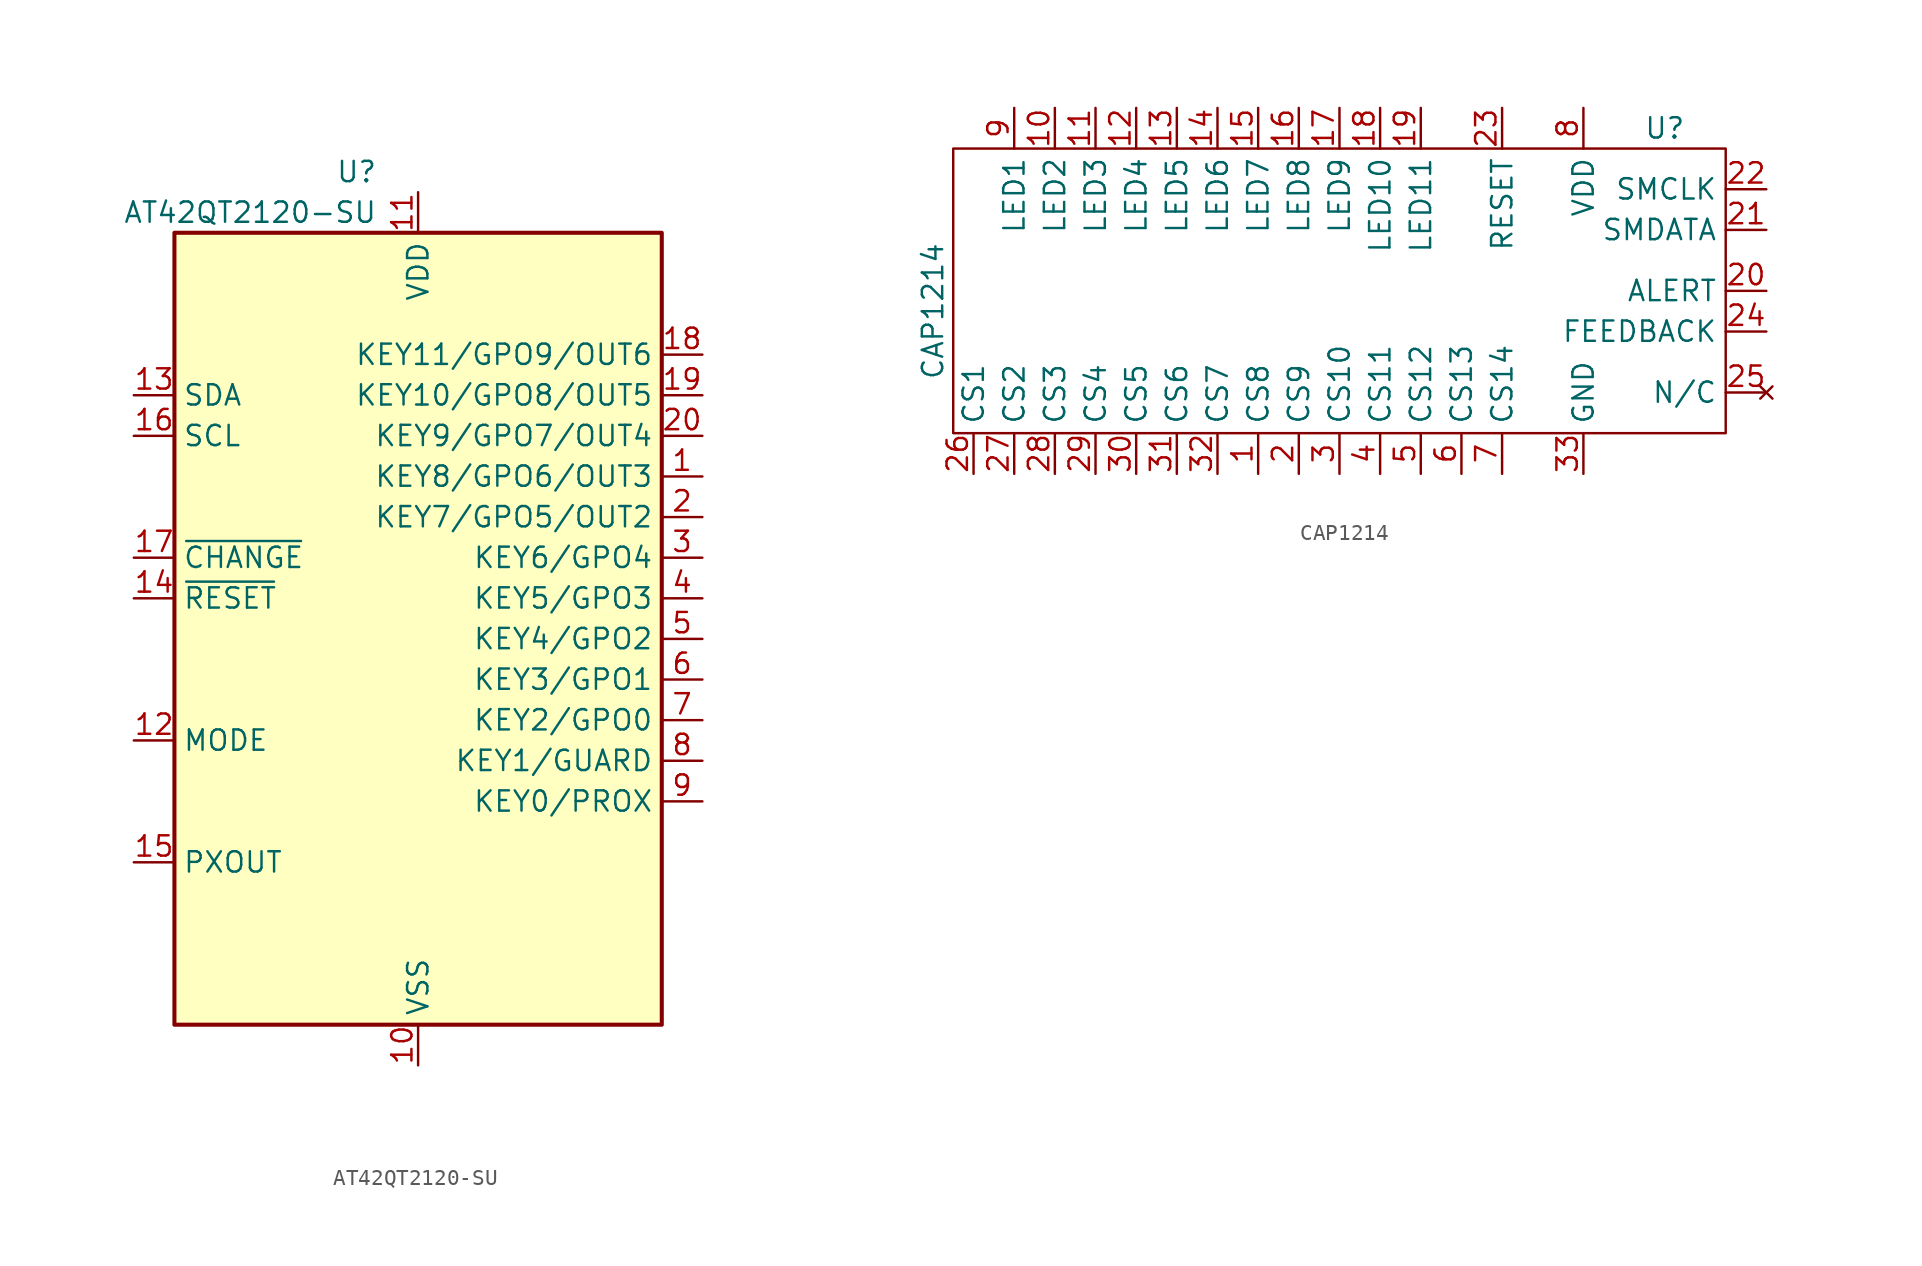
<source format=kicad_sym>
(kicad_symbol_lib
  (version 20220914)
  (generator kicad_symbol_editor)
  (symbol "AT42QT2120-SU"
    (property "Reference" "U"
      (at -2.54 39.37 0)
      (effects (font (size 1.27 1.27)) (justify right)))
    (property "Value" "AT42QT2120-SU"
      (at -2.54 36.83 0)
      (effects (font (size 1.27 1.27)) (justify right)))
    (symbol "AT42QT2120-SU_0_1"
      (rectangle (start -15.24 35.56) (end 15.24 -13.97) (stroke (width 0.254) (type default)) (fill (type background))))
    (symbol "AT42QT2120-SU_1_1"
      (pin passive line (at 17.78 20.32 180) (length 2.54) (name "KEY8/GPO6/OUT3" (effects (font (size 1.27 1.27)))) (number "1" (effects (font (size 1.27 1.27)))))
      (pin passive line (at 0 -16.51 90) (length 2.54) hide (name "VSS" (effects (font (size 1.27 1.27)))) (number "10" (effects (font (size 1.27 1.27)))))
      (pin power_in line (at 0 -16.51 90) (length 2.54) (name "VSS" (effects (font (size 1.27 1.27)))) (number "10" (effects (font (size 1.27 1.27)))))
      (pin power_in line (at 0 38.1 270) (length 2.54) (name "VDD" (effects (font (size 1.27 1.27)))) (number "11" (effects (font (size 1.27 1.27)))))
      (pin input line (at -17.78 3.81 0) (length 2.54) (name "MODE" (effects (font (size 1.27 1.27)))) (number "12" (effects (font (size 1.27 1.27)))))
      (pin bidirectional line (at -17.78 25.4 0) (length 2.54) (name "SDA" (effects (font (size 1.27 1.27)))) (number "13" (effects (font (size 1.27 1.27)))))
      (pin input line (at -17.78 12.7 0) (length 2.54) (name "~{RESET}" (effects (font (size 1.27 1.27)))) (number "14" (effects (font (size 1.27 1.27)))))
      (pin output line (at -17.78 -3.81 0) (length 2.54) (name "PXOUT" (effects (font (size 1.27 1.27)))) (number "15" (effects (font (size 1.27 1.27)))))
      (pin input line (at -17.78 22.86 0) (length 2.54) (name "SCL" (effects (font (size 1.27 1.27)))) (number "16" (effects (font (size 1.27 1.27)))))
      (pin open_collector line (at -17.78 15.24 0) (length 2.54) (name "~{CHANGE}" (effects (font (size 1.27 1.27)))) (number "17" (effects (font (size 1.27 1.27)))))
      (pin passive line (at 17.78 27.94 180) (length 2.54) (name "KEY11/GPO9/OUT6" (effects (font (size 1.27 1.27)))) (number "18" (effects (font (size 1.27 1.27)))))
      (pin passive line (at 0 38.1 270) (length 2.54) hide (name "VDD" (effects (font (size 1.27 1.27)))) (number "18" (effects (font (size 1.27 1.27)))))
      (pin passive line (at 17.78 25.4 180) (length 2.54) (name "KEY10/GPO8/OUT5" (effects (font (size 1.27 1.27)))) (number "19" (effects (font (size 1.27 1.27)))))
      (pin passive line (at 17.78 17.78 180) (length 2.54) (name "KEY7/GPO5/OUT2" (effects (font (size 1.27 1.27)))) (number "2" (effects (font (size 1.27 1.27)))))
      (pin passive line (at 17.78 22.86 180) (length 2.54) (name "KEY9/GPO7/OUT4" (effects (font (size 1.27 1.27)))) (number "20" (effects (font (size 1.27 1.27)))))
      (pin passive line (at 17.78 15.24 180) (length 2.54) (name "KEY6/GPO4" (effects (font (size 1.27 1.27)))) (number "3" (effects (font (size 1.27 1.27)))))
      (pin passive line (at 0 -16.51 90) (length 2.54) hide (name "VSS" (effects (font (size 1.27 1.27)))) (number "33" (effects (font (size 1.27 1.27)))))
      (pin passive line (at 17.78 12.7 180) (length 2.54) (name "KEY5/GPO3" (effects (font (size 1.27 1.27)))) (number "4" (effects (font (size 1.27 1.27)))))
      (pin passive line (at 17.78 10.16 180) (length 2.54) (name "KEY4/GPO2" (effects (font (size 1.27 1.27)))) (number "5" (effects (font (size 1.27 1.27)))))
      (pin passive line (at 17.78 7.62 180) (length 2.54) (name "KEY3/GPO1" (effects (font (size 1.27 1.27)))) (number "6" (effects (font (size 1.27 1.27)))))
      (pin passive line (at 17.78 5.08 180) (length 2.54) (name "KEY2/GPO0" (effects (font (size 1.27 1.27)))) (number "7" (effects (font (size 1.27 1.27)))))
      (pin passive line (at 17.78 2.54 180) (length 2.54) (name "KEY1/GUARD" (effects (font (size 1.27 1.27)))) (number "8" (effects (font (size 1.27 1.27)))))
      (pin passive line (at 17.78 0 180) (length 2.54) (name "KEY0/PROX" (effects (font (size 1.27 1.27)))) (number "9" (effects (font (size 1.27 1.27)))))))
  (symbol "CAP1214"
    (property "Reference" "U"
      (at 26.67 15.24 0)
      (effects (font (size 1.27 1.27))))
    (property "Value" "CAP1214"
      (at -19.05 3.81 90)
      (effects (font (size 1.27 1.27))))
    (symbol "CAP1214_0_1"
      (rectangle (start -17.78 13.97) (end 30.48 -3.81) (stroke (width 0.152) (type default)) (fill (type none))))
    (symbol "CAP1214_1_1"
      (pin bidirectional line (at 1.27 -6.35 90) (length 2.54) (name "CS8" (effects (font (size 1.27 1.27)))) (number "1" (effects (font (size 1.27 1.27)))))
      (pin open_collector line (at -11.43 16.51 270) (length 2.54) (name "LED2" (effects (font (size 1.27 1.27)))) (number "10" (effects (font (size 1.27 1.27)))))
      (pin open_collector line (at -8.89 16.51 270) (length 2.54) (name "LED3" (effects (font (size 1.27 1.27)))) (number "11" (effects (font (size 1.27 1.27)))))
      (pin open_collector line (at -6.35 16.51 270) (length 2.54) (name "LED4" (effects (font (size 1.27 1.27)))) (number "12" (effects (font (size 1.27 1.27)))))
      (pin open_collector line (at -3.81 16.51 270) (length 2.54) (name "LED5" (effects (font (size 1.27 1.27)))) (number "13" (effects (font (size 1.27 1.27)))))
      (pin open_collector line (at -1.27 16.51 270) (length 2.54) (name "LED6" (effects (font (size 1.27 1.27)))) (number "14" (effects (font (size 1.27 1.27)))))
      (pin open_collector line (at 1.27 16.51 270) (length 2.54) (name "LED7" (effects (font (size 1.27 1.27)))) (number "15" (effects (font (size 1.27 1.27)))))
      (pin open_collector line (at 3.81 16.51 270) (length 2.54) (name "LED8" (effects (font (size 1.27 1.27)))) (number "16" (effects (font (size 1.27 1.27)))))
      (pin open_collector line (at 6.35 16.51 270) (length 2.54) (name "LED9" (effects (font (size 1.27 1.27)))) (number "17" (effects (font (size 1.27 1.27)))))
      (pin open_collector line (at 8.89 16.51 270) (length 2.54) (name "LED10" (effects (font (size 1.27 1.27)))) (number "18" (effects (font (size 1.27 1.27)))))
      (pin open_collector line (at 11.43 16.51 270) (length 2.54) (name "LED11" (effects (font (size 1.27 1.27)))) (number "19" (effects (font (size 1.27 1.27)))))
      (pin bidirectional line (at 3.81 -6.35 90) (length 2.54) (name "CS9" (effects (font (size 1.27 1.27)))) (number "2" (effects (font (size 1.27 1.27)))))
      (pin bidirectional line (at 33.02 5.08 180) (length 2.54) (name "ALERT" (effects (font (size 1.27 1.27)))) (number "20" (effects (font (size 1.27 1.27)))))
      (pin bidirectional line (at 33.02 8.89 180) (length 2.54) (name "SMDATA" (effects (font (size 1.27 1.27)))) (number "21" (effects (font (size 1.27 1.27)))))
      (pin input line (at 33.02 11.43 180) (length 2.54) (name "SMCLK" (effects (font (size 1.27 1.27)))) (number "22" (effects (font (size 1.27 1.27)))))
      (pin input line (at 16.51 16.51 270) (length 2.54) (name "RESET" (effects (font (size 1.27 1.27)))) (number "23" (effects (font (size 1.27 1.27)))))
      (pin output line (at 33.02 2.54 180) (length 2.54) (name "FEEDBACK" (effects (font (size 1.27 1.27)))) (number "24" (effects (font (size 1.27 1.27)))))
      (pin no_connect line (at 33.02 -1.27 180) (length 2.54) (name "N/C" (effects (font (size 1.27 1.27)))) (number "25" (effects (font (size 1.27 1.27)))))
      (pin bidirectional line (at -16.51 -6.35 90) (length 2.54) (name "CS1" (effects (font (size 1.27 1.27)))) (number "26" (effects (font (size 1.27 1.27)))))
      (pin bidirectional line (at -13.97 -6.35 90) (length 2.54) (name "CS2" (effects (font (size 1.27 1.27)))) (number "27" (effects (font (size 1.27 1.27)))))
      (pin bidirectional line (at -11.43 -6.35 90) (length 2.54) (name "CS3" (effects (font (size 1.27 1.27)))) (number "28" (effects (font (size 1.27 1.27)))))
      (pin bidirectional line (at -8.89 -6.35 90) (length 2.54) (name "CS4" (effects (font (size 1.27 1.27)))) (number "29" (effects (font (size 1.27 1.27)))))
      (pin bidirectional line (at 6.35 -6.35 90) (length 2.54) (name "CS10" (effects (font (size 1.27 1.27)))) (number "3" (effects (font (size 1.27 1.27)))))
      (pin bidirectional line (at -6.35 -6.35 90) (length 2.54) (name "CS5" (effects (font (size 1.27 1.27)))) (number "30" (effects (font (size 1.27 1.27)))))
      (pin bidirectional line (at -3.81 -6.35 90) (length 2.54) (name "CS6" (effects (font (size 1.27 1.27)))) (number "31" (effects (font (size 1.27 1.27)))))
      (pin bidirectional line (at -1.27 -6.35 90) (length 2.54) (name "CS7" (effects (font (size 1.27 1.27)))) (number "32" (effects (font (size 1.27 1.27)))))
      (pin power_in line (at 21.59 -6.35 90) (length 2.54) (name "GND" (effects (font (size 1.27 1.27)))) (number "33" (effects (font (size 1.27 1.27)))))
      (pin bidirectional line (at 8.89 -6.35 90) (length 2.54) (name "CS11" (effects (font (size 1.27 1.27)))) (number "4" (effects (font (size 1.27 1.27)))))
      (pin bidirectional line (at 11.43 -6.35 90) (length 2.54) (name "CS12" (effects (font (size 1.27 1.27)))) (number "5" (effects (font (size 1.27 1.27)))))
      (pin bidirectional line (at 13.97 -6.35 90) (length 2.54) (name "CS13" (effects (font (size 1.27 1.27)))) (number "6" (effects (font (size 1.27 1.27)))))
      (pin bidirectional line (at 16.51 -6.35 90) (length 2.54) (name "CS14" (effects (font (size 1.27 1.27)))) (number "7" (effects (font (size 1.27 1.27)))))
      (pin power_in line (at 21.59 16.51 270) (length 2.54) (name "VDD" (effects (font (size 1.27 1.27)))) (number "8" (effects (font (size 1.27 1.27)))))
      (pin open_collector line (at -13.97 16.51 270) (length 2.54) (name "LED1" (effects (font (size 1.27 1.27)))) (number "9" (effects (font (size 1.27 1.27))))))))
</source>
